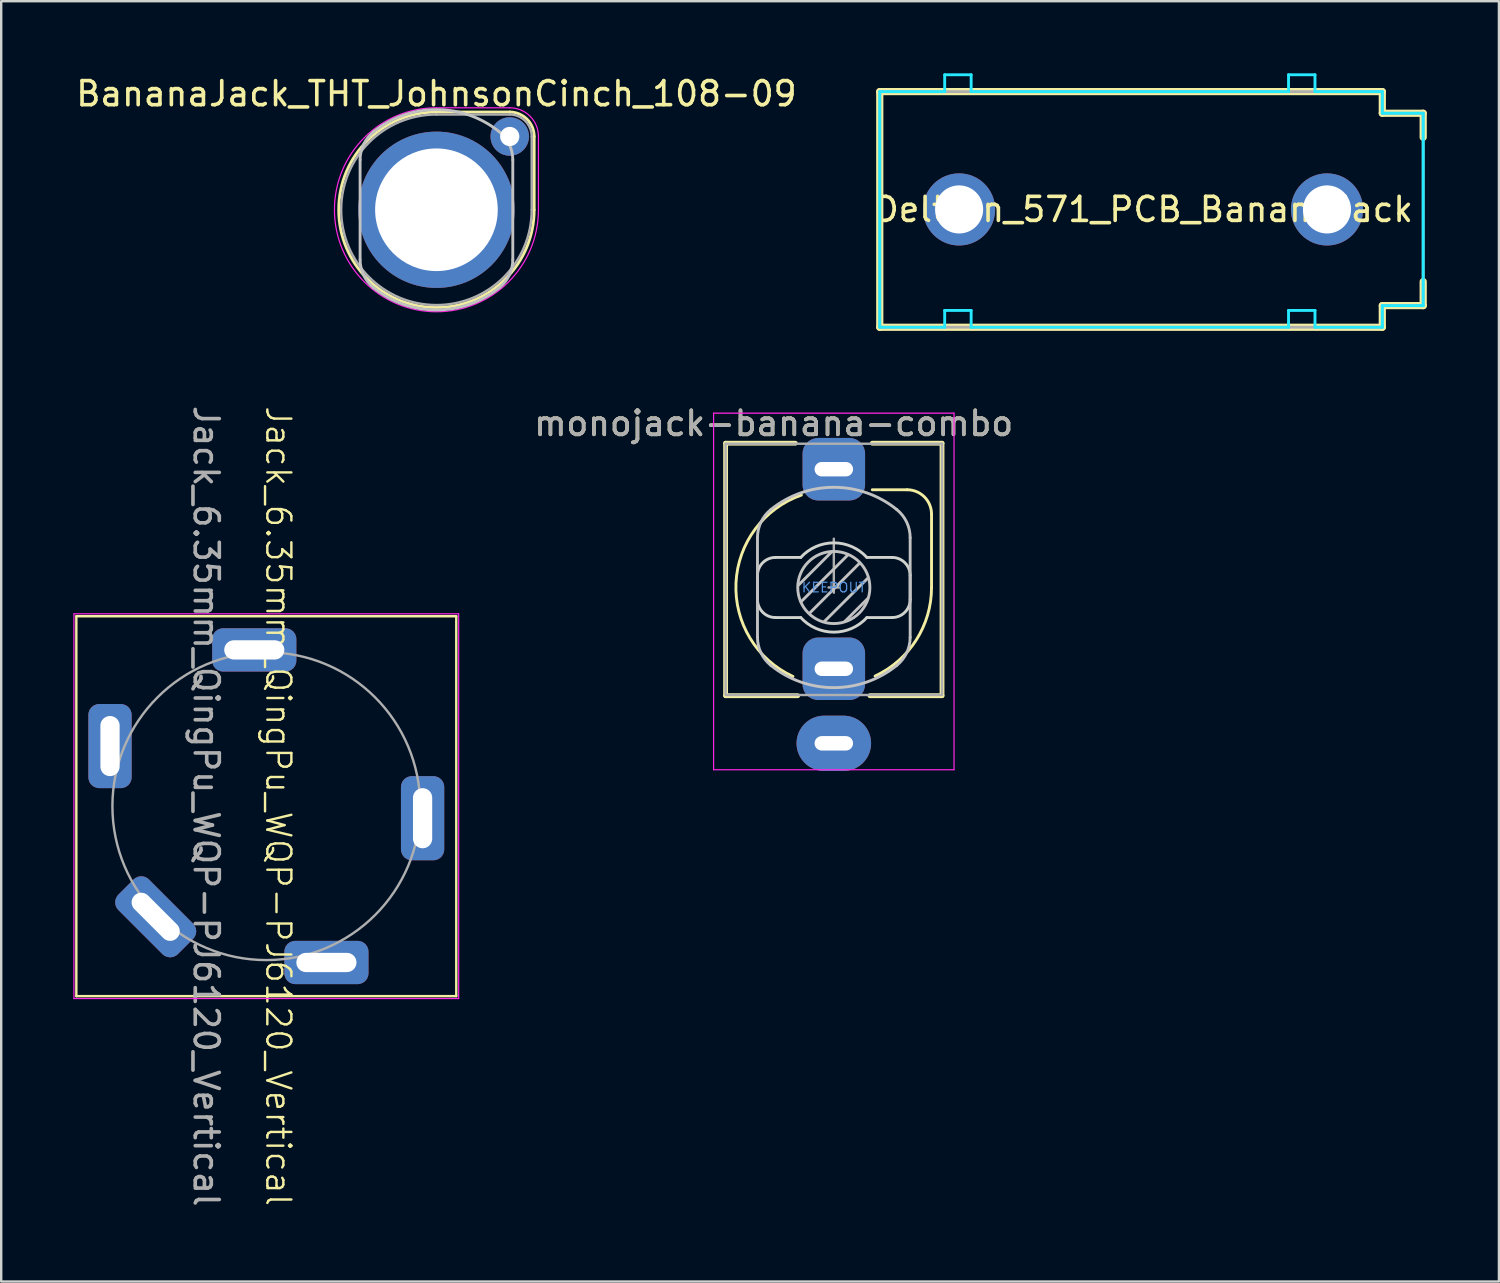
<source format=kicad_pcb>
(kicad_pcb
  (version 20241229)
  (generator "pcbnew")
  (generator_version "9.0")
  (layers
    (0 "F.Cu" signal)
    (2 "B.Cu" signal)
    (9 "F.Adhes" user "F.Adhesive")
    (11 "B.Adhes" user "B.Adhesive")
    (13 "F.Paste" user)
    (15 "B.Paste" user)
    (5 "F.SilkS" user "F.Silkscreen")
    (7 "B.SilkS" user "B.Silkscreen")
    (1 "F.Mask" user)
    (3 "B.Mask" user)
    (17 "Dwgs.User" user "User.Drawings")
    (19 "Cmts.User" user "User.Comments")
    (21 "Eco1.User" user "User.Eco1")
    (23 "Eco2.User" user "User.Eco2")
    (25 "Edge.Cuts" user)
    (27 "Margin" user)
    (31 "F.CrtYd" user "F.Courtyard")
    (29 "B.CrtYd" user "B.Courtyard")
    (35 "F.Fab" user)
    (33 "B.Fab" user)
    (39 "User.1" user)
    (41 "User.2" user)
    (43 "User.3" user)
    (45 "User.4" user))
  (footprint "Jack_6.35mm_QingPu_WQP-PJ6120_Vertical"
    (layer "F.Cu")
    (at 8.025 30.478)
    (property "Reference" "Jack_6.35mm_QingPu_WQP-PJ6120_Vertical" (at 0.5 0 270) (unlocked yes) (layer "F.SilkS") (effects (font (size 1 1) (thickness 0.1))))
    (attr through_hole)
    (fp_line (start -7.9 -7.9) (end 7.9 -7.9) (stroke (width 0.1) (type default)) (layer "F.SilkS"))
    (fp_line (start -7.9 7.9) (end -7.9 -7.9) (stroke (width 0.1) (type default)) (layer "F.SilkS"))
    (fp_line (start 7.9 -7.9) (end 7.9 7.9) (stroke (width 0.1) (type default)) (layer "F.SilkS"))
    (fp_line (start 7.9 7.9) (end -7.9 7.9) (stroke (width 0.1) (type default)) (layer "F.SilkS"))
    (fp_line (start -8 -8) (end 8 -8) (stroke (width 0.05) (type default)) (layer "F.CrtYd"))
    (fp_line (start -8 8) (end -8 -8) (stroke (width 0.05) (type default)) (layer "F.CrtYd"))
    (fp_line (start 8 -8) (end 8 8) (stroke (width 0.05) (type default)) (layer "F.CrtYd"))
    (fp_line (start 8 8) (end -8 8) (stroke (width 0.05) (type default)) (layer "F.CrtYd"))
    (fp_circle (center 0 0) (end -6.4 0) (stroke (width 0.1) (type default)) (fill no) (layer "F.Fab"))
    (fp_text user "${REFERENCE}" (at -2.5 0 270) (unlocked yes) (layer "F.Fab") (effects (font (size 1 1) (thickness 0.15))))
    (pad "R" thru_hole roundrect (at 6.5 0.5 270) (size 3.5 1.8) (drill oval 2.5 0.8) (layers "*.Cu" "*.Mask") (roundrect_rratio 0.25))
    (pad "RN" thru_hole roundrect (at 2.5 6.5) (size 3.5 1.8) (drill oval 2.5 0.8) (layers "*.Cu" "*.Mask") (roundrect_rratio 0.25))
    (pad "S" thru_hole roundrect (at -4.6 4.6 315) (size 3.5 1.8) (drill oval 2.5 0.8) (layers "*.Cu" "*.Mask") (roundrect_rratio 0.25))
    (pad "T" thru_hole roundrect (at -0.5 -6.5) (size 3.5 1.8) (drill oval 2.5 0.8) (layers "*.Cu" "*.Mask") (roundrect_rratio 0.25))
    (pad "TN" thru_hole roundrect (at -6.5 -2.5 90) (size 3.5 1.8) (drill oval 2.5 0.8) (layers "*.Cu" "*.Mask") (roundrect_rratio 0.25)))
  (footprint "monojack-banana-combo"
    (layer "F.Cu")
    (at 31.627 21.383)
    (property "Reference" "monojack-banana-combo" (at -2.5 -6.825 0) (layer "F.SilkS") (effects (font (size 1 1) (thickness 0.15))))
    (attr through_hole)
    (fp_line (start -4.5 -6) (end -1.6 -6) (stroke (width 0.2) (type solid)) (layer "F.SilkS"))
    (fp_line (start -4.5 4.5) (end -4.5 -6) (stroke (width 0.2) (type solid)) (layer "F.SilkS"))
    (fp_line (start -4.5 4.5) (end -1.5 4.5) (stroke (width 0.2) (type solid)) (layer "F.SilkS"))
    (fp_line (start 1.5 4.5) (end 4.5 4.5) (stroke (width 0.2) (type solid)) (layer "F.SilkS"))
    (fp_line (start 1.6 -6) (end 4.5 -6) (stroke (width 0.2) (type solid)) (layer "F.SilkS"))
    (fp_line (start 1.6 -4.065) (end 3.048 -4.065) (stroke (width 0.12) (type solid)) (layer "F.SilkS"))
    (fp_line (start 4.064 -3.049) (end 4.064 -0.001) (stroke (width 0.12) (type solid)) (layer "F.SilkS"))
    (fp_line (start 4.5 4.5) (end 4.5 -6) (stroke (width 0.2) (type solid)) (layer "F.SilkS"))
    (fp_arc (start -1.7 3.7) (mid -4.068579 -0.191011) (end -1.348134 -3.844681) (stroke (width 0.12) (type solid)) (layer "F.SilkS"))
    (fp_arc (start 3.048 -4.06526) (mid 3.76642 -3.76768) (end 4.064 -3.04926) (stroke (width 0.12) (type solid)) (layer "F.SilkS"))
    (fp_arc (start 4.064 -0.00126) (mid 3.427384 2.183835) (end 1.715843 3.684017) (stroke (width 0.12) (type solid)) (layer "F.SilkS"))
    (fp_line (start -3.175 -2.074) (end -3.175 2.072) (stroke (width 0.12) (type solid)) (layer "Dwgs.User"))
    (fp_line (start -0.09 -1.48) (end -1.48 -0.09) (stroke (width 0.12) (type solid)) (layer "Dwgs.User"))
    (fp_line (start 0.58 -1.35) (end -1.36 0.59) (stroke (width 0.12) (type solid)) (layer "Dwgs.User"))
    (fp_line (start 1.07 -1.01) (end -1.01 1.07) (stroke (width 0.12) (type solid)) (layer "Dwgs.User"))
    (fp_line (start 1.41 0.46) (end 0.46 1.41) (stroke (width 0.12) (type solid)) (layer "Dwgs.User"))
    (fp_line (start 1.42 -0.395) (end -0.4 1.42) (stroke (width 0.12) (type solid)) (layer "Dwgs.User"))
    (fp_line (start 3.175 2.072) (end 3.175 -2.074) (stroke (width 0.12) (type solid)) (layer "Dwgs.User"))
    (fp_arc (start -3.175 -2.074262) (mid -3.0288 -2.720907) (end -2.618 -3.241262) (stroke (width 0.12) (type solid)) (layer "Dwgs.User"))
    (fp_arc (start -2.618002 -3.241262) (mid 0 -4.167059) (end 2.618002 -3.241262) (stroke (width 0.12) (type solid)) (layer "Dwgs.User"))
    (fp_arc (start -2.618 3.238741) (mid -3.028799 2.718387) (end -3.174999 2.071742) (stroke (width 0.12) (type solid)) (layer "Dwgs.User"))
    (fp_arc (start 2.618 -3.241261) (mid 3.028805 -2.720908) (end 3.174999 -2.074262) (stroke (width 0.12) (type solid)) (layer "Dwgs.User"))
    (fp_arc (start 2.618002 3.238742) (mid 0 4.164539) (end -2.618002 3.238742) (stroke (width 0.12) (type solid)) (layer "Dwgs.User"))
    (fp_arc (start 3.175 2.071742) (mid 3.028799 2.718387) (end 2.618 3.238742) (stroke (width 0.12) (type solid)) (layer "Dwgs.User"))
    (fp_circle (center 0 0) (end -1.5 0) (stroke (width 0.12) (type solid)) (fill no) (layer "Dwgs.User"))
    (fp_line (start -3.175 0.5) (end -3.175 -0.5) (stroke (width 0.12) (type solid)) (layer "Edge.Cuts"))
    (fp_line (start -2.425 -1.25) (end -1.375 -1.25) (stroke (width 0.12) (type solid)) (layer "Edge.Cuts"))
    (fp_line (start -2.425 1.25) (end -1.375 1.25) (stroke (width 0.12) (type solid)) (layer "Edge.Cuts"))
    (fp_line (start 1.375 -1.25) (end 2.425 -1.25) (stroke (width 0.12) (type solid)) (layer "Edge.Cuts"))
    (fp_line (start 1.375 1.25) (end 2.425 1.25) (stroke (width 0.12) (type solid)) (layer "Edge.Cuts"))
    (fp_line (start 3.175 -0.5) (end 3.175 0.5) (stroke (width 0.12) (type solid)) (layer "Edge.Cuts"))
    (fp_arc (start -3.175 -0.5) (mid -2.95533 -1.03033) (end -2.425 -1.25) (stroke (width 0.12) (type solid)) (layer "Edge.Cuts"))
    (fp_arc (start -2.425 1.25) (mid -2.95533 1.03033) (end -3.175 0.5) (stroke (width 0.12) (type solid)) (layer "Edge.Cuts"))
    (fp_arc (start -1.375 -1.25) (mid 0 -1.856877) (end 1.375 -1.25) (stroke (width 0.12) (type solid)) (layer "Edge.Cuts"))
    (fp_arc (start 1.375 1.25) (mid 0 1.856877) (end -1.375 1.25) (stroke (width 0.12) (type solid)) (layer "Edge.Cuts"))
    (fp_arc (start 2.425 -1.25) (mid 2.95533 -1.03033) (end 3.175 -0.5) (stroke (width 0.12) (type solid)) (layer "Edge.Cuts"))
    (fp_arc (start 3.175 0.5) (mid 2.95533 1.03033) (end 2.425 1.25) (stroke (width 0.12) (type solid)) (layer "Edge.Cuts"))
    (fp_line (start -5 -7.25) (end -5 7.58) (stroke (width 0.05) (type solid)) (layer "F.CrtYd"))
    (fp_line (start -5 -7.25) (end 5 -7.25) (stroke (width 0.05) (type solid)) (layer "F.CrtYd"))
    (fp_line (start -5 7.58) (end 5 7.58) (stroke (width 0.05) (type solid)) (layer "F.CrtYd"))
    (fp_line (start 5 -7.25) (end 5 7.58) (stroke (width 0.05) (type solid)) (layer "F.CrtYd"))
    (fp_line (start -4.5 -5.98) (end -4.5 4.42) (stroke (width 0.1) (type solid)) (layer "F.Fab"))
    (fp_line (start -4.5 -5.98) (end 4.5 -5.98) (stroke (width 0.1) (type solid)) (layer "F.Fab"))
    (fp_line (start -4.5 4.47) (end 4.5 4.47) (stroke (width 0.1) (type solid)) (layer "F.Fab"))
    (fp_line (start -0.218 -0.001) (end 0.218 -0.001) (stroke (width 0.1) (type solid)) (layer "F.Fab"))
    (fp_line (start 0 0) (end 0 -2.03) (stroke (width 0.1) (type solid)) (layer "F.Fab"))
    (fp_line (start 0 0.217) (end 0 -0.219) (stroke (width 0.1) (type solid)) (layer "F.Fab"))
    (fp_line (start 4.5 -5.98) (end 4.5 4.42) (stroke (width 0.1) (type solid)) (layer "F.Fab"))
    (fp_text user "KEEPOUT" (at 0 0 180) (layer "Cmts.User") (effects (font (size 0.4 0.4) (thickness 0.051))))
    (fp_text user "${REFERENCE}" (at -2.5 -6.825 0) (layer "F.Fab") (effects (font (size 1 1) (thickness 0.15))))
    (pad "S" thru_hole oval (at 0 6.48) (size 3.1 2.3) (drill oval 1.6 0.6) (layers "*.Cu" "*.Mask"))
    (pad "T" thru_hole roundrect (at 0 -4.92) (size 2.6 2.6) (drill oval 1.6 0.6) (layers "*.Cu" "*.Mask") (roundrect_rratio 0.25))
    (pad "TN" thru_hole roundrect (at 0 3.38) (size 2.6 2.6) (drill oval 1.6 0.6) (layers "*.Cu" "*.Mask") (roundrect_rratio 0.25)))
  (footprint "BananaJack_THT_JohnsonCinch_108-09"
    (layer "F.Cu")
    (at 15.101 5.674)
    (property "Reference" "BananaJack_THT_JohnsonCinch_108-09" (at 0 -4.826 0) (layer "F.SilkS") (effects (font (size 1 1) (thickness 0.15))))
    (attr through_hole)
    (fp_line (start 0 -4.064) (end 3.048 -4.064) (stroke (width 0.12) (type solid)) (layer "F.SilkS"))
    (fp_line (start 4.064 -3.048) (end 4.064 0) (stroke (width 0.12) (type solid)) (layer "F.SilkS"))
    (fp_arc (start 3.048 -4.064) (mid 3.76642 -3.76642) (end 4.064 -3.048) (stroke (width 0.12) (type solid)) (layer "F.SilkS"))
    (fp_arc (start 4.064 0) (mid -2.873682 2.873682) (end 0 -4.064) (stroke (width 0.12) (type solid)) (layer "F.SilkS"))
    (fp_line (start -3.175 -2.073) (end -3.175 2.073) (stroke (width 0.12) (type solid)) (layer "Dwgs.User"))
    (fp_line (start 3.175 2.073) (end 3.175 -2.073) (stroke (width 0.12) (type solid)) (layer "Dwgs.User"))
    (fp_arc (start -3.175 -2.073002) (mid -3.0288 -2.719648) (end -2.618 -3.240002) (stroke (width 0.12) (type solid)) (layer "Dwgs.User"))
    (fp_arc (start -2.618002 -3.240002) (mid 0 -4.165799) (end 2.618002 -3.240002) (stroke (width 0.12) (type solid)) (layer "Dwgs.User"))
    (fp_arc (start -2.618 3.240001) (mid -3.028799 2.719647) (end -3.174999 2.073002) (stroke (width 0.12) (type solid)) (layer "Dwgs.User"))
    (fp_arc (start 2.618 -3.240001) (mid 3.028799 -2.719647) (end 3.174999 -2.073002) (stroke (width 0.12) (type solid)) (layer "Dwgs.User"))
    (fp_arc (start 2.618002 3.240002) (mid 0 4.165799) (end -2.618002 3.240002) (stroke (width 0.12) (type solid)) (layer "Dwgs.User"))
    (fp_arc (start 3.175 2.073002) (mid 3.0288 2.719648) (end 2.618 3.240002) (stroke (width 0.12) (type solid)) (layer "Dwgs.User"))
    (fp_line (start 3.048 -4.242) (end 0 -4.242) (stroke (width 0.05) (type solid)) (layer "F.CrtYd"))
    (fp_line (start 4.242 0) (end 4.242 -3.048) (stroke (width 0.05) (type solid)) (layer "F.CrtYd"))
    (fp_arc (start 3.048 -4.2418) (mid 3.892144 -3.892144) (end 4.2418 -3.048) (stroke (width 0.05) (type solid)) (layer "F.CrtYd"))
    (fp_arc (start 4.2418 0) (mid -2.999406 2.999406) (end 0 -4.2418) (stroke (width 0.05) (type solid)) (layer "F.CrtYd"))
    (fp_line (start -0.218 0) (end 0.218 0) (stroke (width 0.1) (type solid)) (layer "F.Fab"))
    (fp_line (start 0 -3.962) (end 3.048 -3.962) (stroke (width 0.1) (type solid)) (layer "F.Fab"))
    (fp_line (start 0 0.218) (end 0 -0.218) (stroke (width 0.1) (type solid)) (layer "F.Fab"))
    (fp_line (start 3.962 -3.048) (end 3.962 0) (stroke (width 0.1) (type solid)) (layer "F.Fab"))
    (fp_arc (start 3.048 -3.9624) (mid 3.694578 -3.694578) (end 3.9624 -3.048) (stroke (width 0.1) (type solid)) (layer "F.Fab"))
    (fp_arc (start 3.9624 0) (mid -2.801841 2.801836) (end 0 -3.9624) (stroke (width 0.1) (type solid)) (layer "F.Fab"))
    (pad "1" thru_hole circle (at 0 0) (size 6.5 6.5) (drill 5.1) (layers "*.Cu" "*.Mask"))
    (pad "1" thru_hole circle (at 3.048 -3.048) (size 1.6 1.6) (drill 0.8) (layers "*.Cu" "*.Mask")))
  (footprint "Deltron_571_PCB_BananaJack"
    (layer "F.Cu")
    (at 52.138 5.66)
    (property "Reference" "Deltron_571_PCB_BananaJack" (at -7.62 0 0) (layer "F.SilkS") (effects (font (size 1 1) (thickness 0.15))))
    (attr through_hole)
    (fp_line (start -18.6 -4.9) (end 2.3 -4.9) (stroke (width 0.3) (type solid)) (layer "F.SilkS"))
    (fp_line (start -18.6 4.9) (end -18.6 -4.9) (stroke (width 0.3) (type solid)) (layer "F.SilkS"))
    (fp_line (start 2.3 -4.9) (end 2.3 -4) (stroke (width 0.3) (type solid)) (layer "F.SilkS"))
    (fp_line (start 2.3 -4) (end 4 -4) (stroke (width 0.3) (type solid)) (layer "F.SilkS"))
    (fp_line (start 2.3 4) (end 2.3 4.9) (stroke (width 0.3) (type solid)) (layer "F.SilkS"))
    (fp_line (start 2.3 4.9) (end -18.6 4.9) (stroke (width 0.3) (type solid)) (layer "F.SilkS"))
    (fp_line (start 4 -4) (end 4 -3) (stroke (width 0.3) (type solid)) (layer "F.SilkS"))
    (fp_line (start 4 3) (end 4 4) (stroke (width 0.3) (type solid)) (layer "F.SilkS"))
    (fp_line (start 4 4) (end 2.3 4) (stroke (width 0.3) (type solid)) (layer "F.SilkS"))
    (fp_line (start -18.6 -4.9) (end -15.9 -4.9) (stroke (width 0.12) (type solid)) (layer "B.CrtYd"))
    (fp_line (start -18.6 4.9) (end -18.6 -4.9) (stroke (width 0.12) (type solid)) (layer "B.CrtYd"))
    (fp_line (start -15.9 -5.6) (end -14.8 -5.6) (stroke (width 0.12) (type solid)) (layer "B.CrtYd"))
    (fp_line (start -15.9 -4.9) (end -15.9 -5.6) (stroke (width 0.12) (type solid)) (layer "B.CrtYd"))
    (fp_line (start -15.9 4.2) (end -15.9 4.9) (stroke (width 0.12) (type solid)) (layer "B.CrtYd"))
    (fp_line (start -15.9 4.9) (end -18.6 4.9) (stroke (width 0.12) (type solid)) (layer "B.CrtYd"))
    (fp_line (start -14.8 -5.6) (end -14.8 -4.9) (stroke (width 0.12) (type solid)) (layer "B.CrtYd"))
    (fp_line (start -14.8 -4.9) (end -1.6 -4.9) (stroke (width 0.12) (type solid)) (layer "B.CrtYd"))
    (fp_line (start -14.8 4.2) (end -15.9 4.2) (stroke (width 0.12) (type solid)) (layer "B.CrtYd"))
    (fp_line (start -14.8 4.9) (end -14.8 4.2) (stroke (width 0.12) (type solid)) (layer "B.CrtYd"))
    (fp_line (start -1.6 -5.6) (end -1.6 -4.9) (stroke (width 0.12) (type solid)) (layer "B.CrtYd"))
    (fp_line (start -1.6 4.2) (end -1.6 4.9) (stroke (width 0.12) (type solid)) (layer "B.CrtYd"))
    (fp_line (start -1.6 4.9) (end -14.8 4.9) (stroke (width 0.12) (type solid)) (layer "B.CrtYd"))
    (fp_line (start -0.5 -5.6) (end -1.6 -5.6) (stroke (width 0.12) (type solid)) (layer "B.CrtYd"))
    (fp_line (start -0.5 -4.9) (end -0.5 -5.6) (stroke (width 0.12) (type solid)) (layer "B.CrtYd"))
    (fp_line (start -0.5 -4.9) (end 2.3 -4.9) (stroke (width 0.12) (type solid)) (layer "B.CrtYd"))
    (fp_line (start -0.5 4.2) (end -1.6 4.2) (stroke (width 0.12) (type solid)) (layer "B.CrtYd"))
    (fp_line (start -0.5 4.9) (end -0.5 4.2) (stroke (width 0.12) (type solid)) (layer "B.CrtYd"))
    (fp_line (start 2.3 -4.9) (end 2.3 -4) (stroke (width 0.12) (type solid)) (layer "B.CrtYd"))
    (fp_line (start 2.3 -4) (end 4 -4) (stroke (width 0.12) (type solid)) (layer "B.CrtYd"))
    (fp_line (start 2.3 4) (end 2.3 4.9) (stroke (width 0.12) (type solid)) (layer "B.CrtYd"))
    (fp_line (start 2.3 4.9) (end -0.5 4.9) (stroke (width 0.12) (type solid)) (layer "B.CrtYd"))
    (fp_line (start 4 -4) (end 4 4) (stroke (width 0.12) (type solid)) (layer "B.CrtYd"))
    (fp_line (start 4 4) (end 2.3 4) (stroke (width 0.12) (type solid)) (layer "B.CrtYd"))
    (fp_line (start -18.6 -4.9) (end -18.6 4.9) (stroke (width 0.12) (type solid)) (layer "F.Fab"))
    (fp_line (start -18.6 4.9) (end 2.3 4.9) (stroke (width 0.12) (type solid)) (layer "F.Fab"))
    (fp_line (start 2.3 -4.9) (end -18.6 -4.9) (stroke (width 0.12) (type solid)) (layer "F.Fab"))
    (fp_line (start 2.3 -4) (end 2.3 -4.9) (stroke (width 0.12) (type solid)) (layer "F.Fab"))
    (fp_line (start 2.3 -4) (end 4 -4) (stroke (width 0.12) (type solid)) (layer "F.Fab"))
    (fp_line (start 2.3 4) (end 4 4) (stroke (width 0.12) (type solid)) (layer "F.Fab"))
    (fp_line (start 2.3 4.9) (end 2.3 4) (stroke (width 0.12) (type solid)) (layer "F.Fab"))
    (fp_line (start 4 -4) (end 4 4) (stroke (width 0.12) (type solid)) (layer "F.Fab"))
    (pad "1" thru_hole circle (at -15.3 0) (size 3 3) (drill 2) (layers "*.Cu" "*.Mask"))
    (pad "1" thru_hole circle (at 0 0) (size 3 3) (drill 2) (layers "*.Cu" "*.Mask")))
  (gr_rect
    (start -3 -3)
    (end 59.288 50.246)
    (stroke (width 0.1) (type default))
    (fill no)
    (layer "Edge.Cuts")))
</source>
